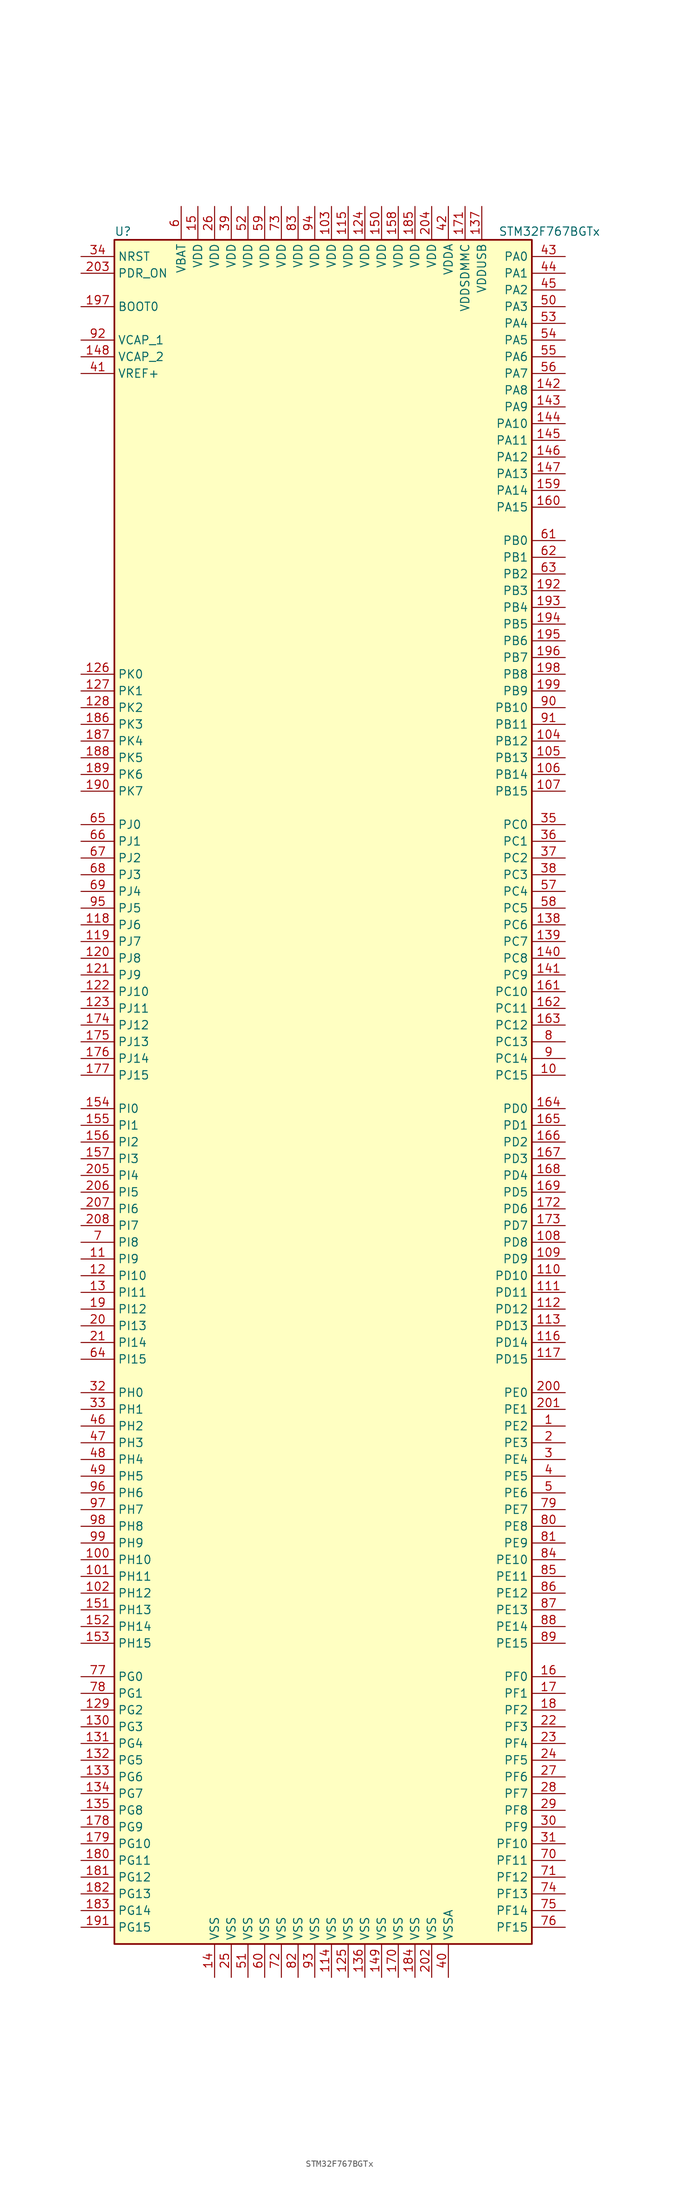
<source format=kicad_sym>
(kicad_symbol_lib
  (version 20201005)
  (generator kicad_symbol_editor)
  (symbol "STM32F767BGTx"
    (property "Reference" "U"
      (at -33.02 130.81 0)
      (effects (font (size 1.27 1.27)) (justify left)))
    (property "Value" "STM32F767BGTx"
      (at 25.4 130.81 0)
      (effects (font (size 1.27 1.27)) (justify left)))
    (symbol "STM32F767BGTx_0_1"
      (rectangle (start -33.02 -129.54) (end 30.48 129.54) (stroke (width 0.254)) (fill (type background))))
    (symbol "STM32F767BGTx_1_1"
      (pin input line (at -38.1 119.38 0) (length 5.08) (name "BOOT0" (effects (font (size 1.27 1.27)))) (number "197" (effects (font (size 1.27 1.27)))))
      (pin input line (at -38.1 127 0) (length 5.08) (name "NRST" (effects (font (size 1.27 1.27)))) (number "34" (effects (font (size 1.27 1.27)))))
      (pin bidirectional line (at 35.56 127 180) (length 5.08) (name "PA0" (effects (font (size 1.27 1.27)))) (number "43" (effects (font (size 1.27 1.27)))))
      (pin bidirectional line (at 35.56 124.46 180) (length 5.08) (name "PA1" (effects (font (size 1.27 1.27)))) (number "44" (effects (font (size 1.27 1.27)))))
      (pin bidirectional line (at 35.56 101.6 180) (length 5.08) (name "PA10" (effects (font (size 1.27 1.27)))) (number "144" (effects (font (size 1.27 1.27)))))
      (pin bidirectional line (at 35.56 99.06 180) (length 5.08) (name "PA11" (effects (font (size 1.27 1.27)))) (number "145" (effects (font (size 1.27 1.27)))))
      (pin bidirectional line (at 35.56 96.52 180) (length 5.08) (name "PA12" (effects (font (size 1.27 1.27)))) (number "146" (effects (font (size 1.27 1.27)))))
      (pin bidirectional line (at 35.56 93.98 180) (length 5.08) (name "PA13" (effects (font (size 1.27 1.27)))) (number "147" (effects (font (size 1.27 1.27)))))
      (pin bidirectional line (at 35.56 91.44 180) (length 5.08) (name "PA14" (effects (font (size 1.27 1.27)))) (number "159" (effects (font (size 1.27 1.27)))))
      (pin bidirectional line (at 35.56 88.9 180) (length 5.08) (name "PA15" (effects (font (size 1.27 1.27)))) (number "160" (effects (font (size 1.27 1.27)))))
      (pin bidirectional line (at 35.56 121.92 180) (length 5.08) (name "PA2" (effects (font (size 1.27 1.27)))) (number "45" (effects (font (size 1.27 1.27)))))
      (pin bidirectional line (at 35.56 119.38 180) (length 5.08) (name "PA3" (effects (font (size 1.27 1.27)))) (number "50" (effects (font (size 1.27 1.27)))))
      (pin bidirectional line (at 35.56 116.84 180) (length 5.08) (name "PA4" (effects (font (size 1.27 1.27)))) (number "53" (effects (font (size 1.27 1.27)))))
      (pin bidirectional line (at 35.56 114.3 180) (length 5.08) (name "PA5" (effects (font (size 1.27 1.27)))) (number "54" (effects (font (size 1.27 1.27)))))
      (pin bidirectional line (at 35.56 111.76 180) (length 5.08) (name "PA6" (effects (font (size 1.27 1.27)))) (number "55" (effects (font (size 1.27 1.27)))))
      (pin bidirectional line (at 35.56 109.22 180) (length 5.08) (name "PA7" (effects (font (size 1.27 1.27)))) (number "56" (effects (font (size 1.27 1.27)))))
      (pin bidirectional line (at 35.56 106.68 180) (length 5.08) (name "PA8" (effects (font (size 1.27 1.27)))) (number "142" (effects (font (size 1.27 1.27)))))
      (pin bidirectional line (at 35.56 104.14 180) (length 5.08) (name "PA9" (effects (font (size 1.27 1.27)))) (number "143" (effects (font (size 1.27 1.27)))))
      (pin bidirectional line (at 35.56 83.82 180) (length 5.08) (name "PB0" (effects (font (size 1.27 1.27)))) (number "61" (effects (font (size 1.27 1.27)))))
      (pin bidirectional line (at 35.56 81.28 180) (length 5.08) (name "PB1" (effects (font (size 1.27 1.27)))) (number "62" (effects (font (size 1.27 1.27)))))
      (pin bidirectional line (at 35.56 58.42 180) (length 5.08) (name "PB10" (effects (font (size 1.27 1.27)))) (number "90" (effects (font (size 1.27 1.27)))))
      (pin bidirectional line (at 35.56 55.88 180) (length 5.08) (name "PB11" (effects (font (size 1.27 1.27)))) (number "91" (effects (font (size 1.27 1.27)))))
      (pin bidirectional line (at 35.56 53.34 180) (length 5.08) (name "PB12" (effects (font (size 1.27 1.27)))) (number "104" (effects (font (size 1.27 1.27)))))
      (pin bidirectional line (at 35.56 50.8 180) (length 5.08) (name "PB13" (effects (font (size 1.27 1.27)))) (number "105" (effects (font (size 1.27 1.27)))))
      (pin bidirectional line (at 35.56 48.26 180) (length 5.08) (name "PB14" (effects (font (size 1.27 1.27)))) (number "106" (effects (font (size 1.27 1.27)))))
      (pin bidirectional line (at 35.56 45.72 180) (length 5.08) (name "PB15" (effects (font (size 1.27 1.27)))) (number "107" (effects (font (size 1.27 1.27)))))
      (pin bidirectional line (at 35.56 78.74 180) (length 5.08) (name "PB2" (effects (font (size 1.27 1.27)))) (number "63" (effects (font (size 1.27 1.27)))))
      (pin bidirectional line (at 35.56 76.2 180) (length 5.08) (name "PB3" (effects (font (size 1.27 1.27)))) (number "192" (effects (font (size 1.27 1.27)))))
      (pin bidirectional line (at 35.56 73.66 180) (length 5.08) (name "PB4" (effects (font (size 1.27 1.27)))) (number "193" (effects (font (size 1.27 1.27)))))
      (pin bidirectional line (at 35.56 71.12 180) (length 5.08) (name "PB5" (effects (font (size 1.27 1.27)))) (number "194" (effects (font (size 1.27 1.27)))))
      (pin bidirectional line (at 35.56 68.58 180) (length 5.08) (name "PB6" (effects (font (size 1.27 1.27)))) (number "195" (effects (font (size 1.27 1.27)))))
      (pin bidirectional line (at 35.56 66.04 180) (length 5.08) (name "PB7" (effects (font (size 1.27 1.27)))) (number "196" (effects (font (size 1.27 1.27)))))
      (pin bidirectional line (at 35.56 63.5 180) (length 5.08) (name "PB8" (effects (font (size 1.27 1.27)))) (number "198" (effects (font (size 1.27 1.27)))))
      (pin bidirectional line (at 35.56 60.96 180) (length 5.08) (name "PB9" (effects (font (size 1.27 1.27)))) (number "199" (effects (font (size 1.27 1.27)))))
      (pin bidirectional line (at 35.56 40.64 180) (length 5.08) (name "PC0" (effects (font (size 1.27 1.27)))) (number "35" (effects (font (size 1.27 1.27)))))
      (pin bidirectional line (at 35.56 38.1 180) (length 5.08) (name "PC1" (effects (font (size 1.27 1.27)))) (number "36" (effects (font (size 1.27 1.27)))))
      (pin bidirectional line (at 35.56 15.24 180) (length 5.08) (name "PC10" (effects (font (size 1.27 1.27)))) (number "161" (effects (font (size 1.27 1.27)))))
      (pin bidirectional line (at 35.56 12.7 180) (length 5.08) (name "PC11" (effects (font (size 1.27 1.27)))) (number "162" (effects (font (size 1.27 1.27)))))
      (pin bidirectional line (at 35.56 10.16 180) (length 5.08) (name "PC12" (effects (font (size 1.27 1.27)))) (number "163" (effects (font (size 1.27 1.27)))))
      (pin bidirectional line (at 35.56 7.62 180) (length 5.08) (name "PC13" (effects (font (size 1.27 1.27)))) (number "8" (effects (font (size 1.27 1.27)))))
      (pin bidirectional line (at 35.56 5.08 180) (length 5.08) (name "PC14" (effects (font (size 1.27 1.27)))) (number "9" (effects (font (size 1.27 1.27)))))
      (pin bidirectional line (at 35.56 2.54 180) (length 5.08) (name "PC15" (effects (font (size 1.27 1.27)))) (number "10" (effects (font (size 1.27 1.27)))))
      (pin bidirectional line (at 35.56 35.56 180) (length 5.08) (name "PC2" (effects (font (size 1.27 1.27)))) (number "37" (effects (font (size 1.27 1.27)))))
      (pin bidirectional line (at 35.56 33.02 180) (length 5.08) (name "PC3" (effects (font (size 1.27 1.27)))) (number "38" (effects (font (size 1.27 1.27)))))
      (pin bidirectional line (at 35.56 30.48 180) (length 5.08) (name "PC4" (effects (font (size 1.27 1.27)))) (number "57" (effects (font (size 1.27 1.27)))))
      (pin bidirectional line (at 35.56 27.94 180) (length 5.08) (name "PC5" (effects (font (size 1.27 1.27)))) (number "58" (effects (font (size 1.27 1.27)))))
      (pin bidirectional line (at 35.56 25.4 180) (length 5.08) (name "PC6" (effects (font (size 1.27 1.27)))) (number "138" (effects (font (size 1.27 1.27)))))
      (pin bidirectional line (at 35.56 22.86 180) (length 5.08) (name "PC7" (effects (font (size 1.27 1.27)))) (number "139" (effects (font (size 1.27 1.27)))))
      (pin bidirectional line (at 35.56 20.32 180) (length 5.08) (name "PC8" (effects (font (size 1.27 1.27)))) (number "140" (effects (font (size 1.27 1.27)))))
      (pin bidirectional line (at 35.56 17.78 180) (length 5.08) (name "PC9" (effects (font (size 1.27 1.27)))) (number "141" (effects (font (size 1.27 1.27)))))
      (pin bidirectional line (at 35.56 -2.54 180) (length 5.08) (name "PD0" (effects (font (size 1.27 1.27)))) (number "164" (effects (font (size 1.27 1.27)))))
      (pin bidirectional line (at 35.56 -5.08 180) (length 5.08) (name "PD1" (effects (font (size 1.27 1.27)))) (number "165" (effects (font (size 1.27 1.27)))))
      (pin bidirectional line (at 35.56 -27.94 180) (length 5.08) (name "PD10" (effects (font (size 1.27 1.27)))) (number "110" (effects (font (size 1.27 1.27)))))
      (pin bidirectional line (at 35.56 -30.48 180) (length 5.08) (name "PD11" (effects (font (size 1.27 1.27)))) (number "111" (effects (font (size 1.27 1.27)))))
      (pin bidirectional line (at 35.56 -33.02 180) (length 5.08) (name "PD12" (effects (font (size 1.27 1.27)))) (number "112" (effects (font (size 1.27 1.27)))))
      (pin bidirectional line (at 35.56 -35.56 180) (length 5.08) (name "PD13" (effects (font (size 1.27 1.27)))) (number "113" (effects (font (size 1.27 1.27)))))
      (pin bidirectional line (at 35.56 -38.1 180) (length 5.08) (name "PD14" (effects (font (size 1.27 1.27)))) (number "116" (effects (font (size 1.27 1.27)))))
      (pin bidirectional line (at 35.56 -40.64 180) (length 5.08) (name "PD15" (effects (font (size 1.27 1.27)))) (number "117" (effects (font (size 1.27 1.27)))))
      (pin bidirectional line (at 35.56 -7.62 180) (length 5.08) (name "PD2" (effects (font (size 1.27 1.27)))) (number "166" (effects (font (size 1.27 1.27)))))
      (pin bidirectional line (at 35.56 -10.16 180) (length 5.08) (name "PD3" (effects (font (size 1.27 1.27)))) (number "167" (effects (font (size 1.27 1.27)))))
      (pin bidirectional line (at 35.56 -12.7 180) (length 5.08) (name "PD4" (effects (font (size 1.27 1.27)))) (number "168" (effects (font (size 1.27 1.27)))))
      (pin bidirectional line (at 35.56 -15.24 180) (length 5.08) (name "PD5" (effects (font (size 1.27 1.27)))) (number "169" (effects (font (size 1.27 1.27)))))
      (pin bidirectional line (at 35.56 -17.78 180) (length 5.08) (name "PD6" (effects (font (size 1.27 1.27)))) (number "172" (effects (font (size 1.27 1.27)))))
      (pin bidirectional line (at 35.56 -20.32 180) (length 5.08) (name "PD7" (effects (font (size 1.27 1.27)))) (number "173" (effects (font (size 1.27 1.27)))))
      (pin bidirectional line (at 35.56 -22.86 180) (length 5.08) (name "PD8" (effects (font (size 1.27 1.27)))) (number "108" (effects (font (size 1.27 1.27)))))
      (pin bidirectional line (at 35.56 -25.4 180) (length 5.08) (name "PD9" (effects (font (size 1.27 1.27)))) (number "109" (effects (font (size 1.27 1.27)))))
      (pin input line (at -38.1 124.46 0) (length 5.08) (name "PDR_ON" (effects (font (size 1.27 1.27)))) (number "203" (effects (font (size 1.27 1.27)))))
      (pin bidirectional line (at 35.56 -45.72 180) (length 5.08) (name "PE0" (effects (font (size 1.27 1.27)))) (number "200" (effects (font (size 1.27 1.27)))))
      (pin bidirectional line (at 35.56 -48.26 180) (length 5.08) (name "PE1" (effects (font (size 1.27 1.27)))) (number "201" (effects (font (size 1.27 1.27)))))
      (pin bidirectional line (at 35.56 -71.12 180) (length 5.08) (name "PE10" (effects (font (size 1.27 1.27)))) (number "84" (effects (font (size 1.27 1.27)))))
      (pin bidirectional line (at 35.56 -73.66 180) (length 5.08) (name "PE11" (effects (font (size 1.27 1.27)))) (number "85" (effects (font (size 1.27 1.27)))))
      (pin bidirectional line (at 35.56 -76.2 180) (length 5.08) (name "PE12" (effects (font (size 1.27 1.27)))) (number "86" (effects (font (size 1.27 1.27)))))
      (pin bidirectional line (at 35.56 -78.74 180) (length 5.08) (name "PE13" (effects (font (size 1.27 1.27)))) (number "87" (effects (font (size 1.27 1.27)))))
      (pin bidirectional line (at 35.56 -81.28 180) (length 5.08) (name "PE14" (effects (font (size 1.27 1.27)))) (number "88" (effects (font (size 1.27 1.27)))))
      (pin bidirectional line (at 35.56 -83.82 180) (length 5.08) (name "PE15" (effects (font (size 1.27 1.27)))) (number "89" (effects (font (size 1.27 1.27)))))
      (pin bidirectional line (at 35.56 -50.8 180) (length 5.08) (name "PE2" (effects (font (size 1.27 1.27)))) (number "1" (effects (font (size 1.27 1.27)))))
      (pin bidirectional line (at 35.56 -53.34 180) (length 5.08) (name "PE3" (effects (font (size 1.27 1.27)))) (number "2" (effects (font (size 1.27 1.27)))))
      (pin bidirectional line (at 35.56 -55.88 180) (length 5.08) (name "PE4" (effects (font (size 1.27 1.27)))) (number "3" (effects (font (size 1.27 1.27)))))
      (pin bidirectional line (at 35.56 -58.42 180) (length 5.08) (name "PE5" (effects (font (size 1.27 1.27)))) (number "4" (effects (font (size 1.27 1.27)))))
      (pin bidirectional line (at 35.56 -60.96 180) (length 5.08) (name "PE6" (effects (font (size 1.27 1.27)))) (number "5" (effects (font (size 1.27 1.27)))))
      (pin bidirectional line (at 35.56 -63.5 180) (length 5.08) (name "PE7" (effects (font (size 1.27 1.27)))) (number "79" (effects (font (size 1.27 1.27)))))
      (pin bidirectional line (at 35.56 -66.04 180) (length 5.08) (name "PE8" (effects (font (size 1.27 1.27)))) (number "80" (effects (font (size 1.27 1.27)))))
      (pin bidirectional line (at 35.56 -68.58 180) (length 5.08) (name "PE9" (effects (font (size 1.27 1.27)))) (number "81" (effects (font (size 1.27 1.27)))))
      (pin bidirectional line (at 35.56 -88.9 180) (length 5.08) (name "PF0" (effects (font (size 1.27 1.27)))) (number "16" (effects (font (size 1.27 1.27)))))
      (pin bidirectional line (at 35.56 -91.44 180) (length 5.08) (name "PF1" (effects (font (size 1.27 1.27)))) (number "17" (effects (font (size 1.27 1.27)))))
      (pin bidirectional line (at 35.56 -114.3 180) (length 5.08) (name "PF10" (effects (font (size 1.27 1.27)))) (number "31" (effects (font (size 1.27 1.27)))))
      (pin bidirectional line (at 35.56 -116.84 180) (length 5.08) (name "PF11" (effects (font (size 1.27 1.27)))) (number "70" (effects (font (size 1.27 1.27)))))
      (pin bidirectional line (at 35.56 -119.38 180) (length 5.08) (name "PF12" (effects (font (size 1.27 1.27)))) (number "71" (effects (font (size 1.27 1.27)))))
      (pin bidirectional line (at 35.56 -121.92 180) (length 5.08) (name "PF13" (effects (font (size 1.27 1.27)))) (number "74" (effects (font (size 1.27 1.27)))))
      (pin bidirectional line (at 35.56 -124.46 180) (length 5.08) (name "PF14" (effects (font (size 1.27 1.27)))) (number "75" (effects (font (size 1.27 1.27)))))
      (pin bidirectional line (at 35.56 -127 180) (length 5.08) (name "PF15" (effects (font (size 1.27 1.27)))) (number "76" (effects (font (size 1.27 1.27)))))
      (pin bidirectional line (at 35.56 -93.98 180) (length 5.08) (name "PF2" (effects (font (size 1.27 1.27)))) (number "18" (effects (font (size 1.27 1.27)))))
      (pin bidirectional line (at 35.56 -96.52 180) (length 5.08) (name "PF3" (effects (font (size 1.27 1.27)))) (number "22" (effects (font (size 1.27 1.27)))))
      (pin bidirectional line (at 35.56 -99.06 180) (length 5.08) (name "PF4" (effects (font (size 1.27 1.27)))) (number "23" (effects (font (size 1.27 1.27)))))
      (pin bidirectional line (at 35.56 -101.6 180) (length 5.08) (name "PF5" (effects (font (size 1.27 1.27)))) (number "24" (effects (font (size 1.27 1.27)))))
      (pin bidirectional line (at 35.56 -104.14 180) (length 5.08) (name "PF6" (effects (font (size 1.27 1.27)))) (number "27" (effects (font (size 1.27 1.27)))))
      (pin bidirectional line (at 35.56 -106.68 180) (length 5.08) (name "PF7" (effects (font (size 1.27 1.27)))) (number "28" (effects (font (size 1.27 1.27)))))
      (pin bidirectional line (at 35.56 -109.22 180) (length 5.08) (name "PF8" (effects (font (size 1.27 1.27)))) (number "29" (effects (font (size 1.27 1.27)))))
      (pin bidirectional line (at 35.56 -111.76 180) (length 5.08) (name "PF9" (effects (font (size 1.27 1.27)))) (number "30" (effects (font (size 1.27 1.27)))))
      (pin bidirectional line (at -38.1 -88.9 0) (length 5.08) (name "PG0" (effects (font (size 1.27 1.27)))) (number "77" (effects (font (size 1.27 1.27)))))
      (pin bidirectional line (at -38.1 -91.44 0) (length 5.08) (name "PG1" (effects (font (size 1.27 1.27)))) (number "78" (effects (font (size 1.27 1.27)))))
      (pin bidirectional line (at -38.1 -114.3 0) (length 5.08) (name "PG10" (effects (font (size 1.27 1.27)))) (number "179" (effects (font (size 1.27 1.27)))))
      (pin bidirectional line (at -38.1 -116.84 0) (length 5.08) (name "PG11" (effects (font (size 1.27 1.27)))) (number "180" (effects (font (size 1.27 1.27)))))
      (pin bidirectional line (at -38.1 -119.38 0) (length 5.08) (name "PG12" (effects (font (size 1.27 1.27)))) (number "181" (effects (font (size 1.27 1.27)))))
      (pin bidirectional line (at -38.1 -121.92 0) (length 5.08) (name "PG13" (effects (font (size 1.27 1.27)))) (number "182" (effects (font (size 1.27 1.27)))))
      (pin bidirectional line (at -38.1 -124.46 0) (length 5.08) (name "PG14" (effects (font (size 1.27 1.27)))) (number "183" (effects (font (size 1.27 1.27)))))
      (pin bidirectional line (at -38.1 -127 0) (length 5.08) (name "PG15" (effects (font (size 1.27 1.27)))) (number "191" (effects (font (size 1.27 1.27)))))
      (pin bidirectional line (at -38.1 -93.98 0) (length 5.08) (name "PG2" (effects (font (size 1.27 1.27)))) (number "129" (effects (font (size 1.27 1.27)))))
      (pin bidirectional line (at -38.1 -96.52 0) (length 5.08) (name "PG3" (effects (font (size 1.27 1.27)))) (number "130" (effects (font (size 1.27 1.27)))))
      (pin bidirectional line (at -38.1 -99.06 0) (length 5.08) (name "PG4" (effects (font (size 1.27 1.27)))) (number "131" (effects (font (size 1.27 1.27)))))
      (pin bidirectional line (at -38.1 -101.6 0) (length 5.08) (name "PG5" (effects (font (size 1.27 1.27)))) (number "132" (effects (font (size 1.27 1.27)))))
      (pin bidirectional line (at -38.1 -104.14 0) (length 5.08) (name "PG6" (effects (font (size 1.27 1.27)))) (number "133" (effects (font (size 1.27 1.27)))))
      (pin bidirectional line (at -38.1 -106.68 0) (length 5.08) (name "PG7" (effects (font (size 1.27 1.27)))) (number "134" (effects (font (size 1.27 1.27)))))
      (pin bidirectional line (at -38.1 -109.22 0) (length 5.08) (name "PG8" (effects (font (size 1.27 1.27)))) (number "135" (effects (font (size 1.27 1.27)))))
      (pin bidirectional line (at -38.1 -111.76 0) (length 5.08) (name "PG9" (effects (font (size 1.27 1.27)))) (number "178" (effects (font (size 1.27 1.27)))))
      (pin input line (at -38.1 -45.72 0) (length 5.08) (name "PH0" (effects (font (size 1.27 1.27)))) (number "32" (effects (font (size 1.27 1.27)))))
      (pin input line (at -38.1 -48.26 0) (length 5.08) (name "PH1" (effects (font (size 1.27 1.27)))) (number "33" (effects (font (size 1.27 1.27)))))
      (pin bidirectional line (at -38.1 -71.12 0) (length 5.08) (name "PH10" (effects (font (size 1.27 1.27)))) (number "100" (effects (font (size 1.27 1.27)))))
      (pin bidirectional line (at -38.1 -73.66 0) (length 5.08) (name "PH11" (effects (font (size 1.27 1.27)))) (number "101" (effects (font (size 1.27 1.27)))))
      (pin bidirectional line (at -38.1 -76.2 0) (length 5.08) (name "PH12" (effects (font (size 1.27 1.27)))) (number "102" (effects (font (size 1.27 1.27)))))
      (pin bidirectional line (at -38.1 -78.74 0) (length 5.08) (name "PH13" (effects (font (size 1.27 1.27)))) (number "151" (effects (font (size 1.27 1.27)))))
      (pin bidirectional line (at -38.1 -81.28 0) (length 5.08) (name "PH14" (effects (font (size 1.27 1.27)))) (number "152" (effects (font (size 1.27 1.27)))))
      (pin bidirectional line (at -38.1 -83.82 0) (length 5.08) (name "PH15" (effects (font (size 1.27 1.27)))) (number "153" (effects (font (size 1.27 1.27)))))
      (pin bidirectional line (at -38.1 -50.8 0) (length 5.08) (name "PH2" (effects (font (size 1.27 1.27)))) (number "46" (effects (font (size 1.27 1.27)))))
      (pin bidirectional line (at -38.1 -53.34 0) (length 5.08) (name "PH3" (effects (font (size 1.27 1.27)))) (number "47" (effects (font (size 1.27 1.27)))))
      (pin bidirectional line (at -38.1 -55.88 0) (length 5.08) (name "PH4" (effects (font (size 1.27 1.27)))) (number "48" (effects (font (size 1.27 1.27)))))
      (pin bidirectional line (at -38.1 -58.42 0) (length 5.08) (name "PH5" (effects (font (size 1.27 1.27)))) (number "49" (effects (font (size 1.27 1.27)))))
      (pin bidirectional line (at -38.1 -60.96 0) (length 5.08) (name "PH6" (effects (font (size 1.27 1.27)))) (number "96" (effects (font (size 1.27 1.27)))))
      (pin bidirectional line (at -38.1 -63.5 0) (length 5.08) (name "PH7" (effects (font (size 1.27 1.27)))) (number "97" (effects (font (size 1.27 1.27)))))
      (pin bidirectional line (at -38.1 -66.04 0) (length 5.08) (name "PH8" (effects (font (size 1.27 1.27)))) (number "98" (effects (font (size 1.27 1.27)))))
      (pin bidirectional line (at -38.1 -68.58 0) (length 5.08) (name "PH9" (effects (font (size 1.27 1.27)))) (number "99" (effects (font (size 1.27 1.27)))))
      (pin bidirectional line (at -38.1 -2.54 0) (length 5.08) (name "PI0" (effects (font (size 1.27 1.27)))) (number "154" (effects (font (size 1.27 1.27)))))
      (pin bidirectional line (at -38.1 -5.08 0) (length 5.08) (name "PI1" (effects (font (size 1.27 1.27)))) (number "155" (effects (font (size 1.27 1.27)))))
      (pin bidirectional line (at -38.1 -27.94 0) (length 5.08) (name "PI10" (effects (font (size 1.27 1.27)))) (number "12" (effects (font (size 1.27 1.27)))))
      (pin bidirectional line (at -38.1 -30.48 0) (length 5.08) (name "PI11" (effects (font (size 1.27 1.27)))) (number "13" (effects (font (size 1.27 1.27)))))
      (pin bidirectional line (at -38.1 -33.02 0) (length 5.08) (name "PI12" (effects (font (size 1.27 1.27)))) (number "19" (effects (font (size 1.27 1.27)))))
      (pin bidirectional line (at -38.1 -35.56 0) (length 5.08) (name "PI13" (effects (font (size 1.27 1.27)))) (number "20" (effects (font (size 1.27 1.27)))))
      (pin bidirectional line (at -38.1 -38.1 0) (length 5.08) (name "PI14" (effects (font (size 1.27 1.27)))) (number "21" (effects (font (size 1.27 1.27)))))
      (pin bidirectional line (at -38.1 -40.64 0) (length 5.08) (name "PI15" (effects (font (size 1.27 1.27)))) (number "64" (effects (font (size 1.27 1.27)))))
      (pin bidirectional line (at -38.1 -7.62 0) (length 5.08) (name "PI2" (effects (font (size 1.27 1.27)))) (number "156" (effects (font (size 1.27 1.27)))))
      (pin bidirectional line (at -38.1 -10.16 0) (length 5.08) (name "PI3" (effects (font (size 1.27 1.27)))) (number "157" (effects (font (size 1.27 1.27)))))
      (pin bidirectional line (at -38.1 -12.7 0) (length 5.08) (name "PI4" (effects (font (size 1.27 1.27)))) (number "205" (effects (font (size 1.27 1.27)))))
      (pin bidirectional line (at -38.1 -15.24 0) (length 5.08) (name "PI5" (effects (font (size 1.27 1.27)))) (number "206" (effects (font (size 1.27 1.27)))))
      (pin bidirectional line (at -38.1 -17.78 0) (length 5.08) (name "PI6" (effects (font (size 1.27 1.27)))) (number "207" (effects (font (size 1.27 1.27)))))
      (pin bidirectional line (at -38.1 -20.32 0) (length 5.08) (name "PI7" (effects (font (size 1.27 1.27)))) (number "208" (effects (font (size 1.27 1.27)))))
      (pin bidirectional line (at -38.1 -22.86 0) (length 5.08) (name "PI8" (effects (font (size 1.27 1.27)))) (number "7" (effects (font (size 1.27 1.27)))))
      (pin bidirectional line (at -38.1 -25.4 0) (length 5.08) (name "PI9" (effects (font (size 1.27 1.27)))) (number "11" (effects (font (size 1.27 1.27)))))
      (pin bidirectional line (at -38.1 40.64 0) (length 5.08) (name "PJ0" (effects (font (size 1.27 1.27)))) (number "65" (effects (font (size 1.27 1.27)))))
      (pin bidirectional line (at -38.1 38.1 0) (length 5.08) (name "PJ1" (effects (font (size 1.27 1.27)))) (number "66" (effects (font (size 1.27 1.27)))))
      (pin bidirectional line (at -38.1 15.24 0) (length 5.08) (name "PJ10" (effects (font (size 1.27 1.27)))) (number "122" (effects (font (size 1.27 1.27)))))
      (pin bidirectional line (at -38.1 12.7 0) (length 5.08) (name "PJ11" (effects (font (size 1.27 1.27)))) (number "123" (effects (font (size 1.27 1.27)))))
      (pin bidirectional line (at -38.1 10.16 0) (length 5.08) (name "PJ12" (effects (font (size 1.27 1.27)))) (number "174" (effects (font (size 1.27 1.27)))))
      (pin bidirectional line (at -38.1 7.62 0) (length 5.08) (name "PJ13" (effects (font (size 1.27 1.27)))) (number "175" (effects (font (size 1.27 1.27)))))
      (pin bidirectional line (at -38.1 5.08 0) (length 5.08) (name "PJ14" (effects (font (size 1.27 1.27)))) (number "176" (effects (font (size 1.27 1.27)))))
      (pin bidirectional line (at -38.1 2.54 0) (length 5.08) (name "PJ15" (effects (font (size 1.27 1.27)))) (number "177" (effects (font (size 1.27 1.27)))))
      (pin bidirectional line (at -38.1 35.56 0) (length 5.08) (name "PJ2" (effects (font (size 1.27 1.27)))) (number "67" (effects (font (size 1.27 1.27)))))
      (pin bidirectional line (at -38.1 33.02 0) (length 5.08) (name "PJ3" (effects (font (size 1.27 1.27)))) (number "68" (effects (font (size 1.27 1.27)))))
      (pin bidirectional line (at -38.1 30.48 0) (length 5.08) (name "PJ4" (effects (font (size 1.27 1.27)))) (number "69" (effects (font (size 1.27 1.27)))))
      (pin bidirectional line (at -38.1 27.94 0) (length 5.08) (name "PJ5" (effects (font (size 1.27 1.27)))) (number "95" (effects (font (size 1.27 1.27)))))
      (pin bidirectional line (at -38.1 25.4 0) (length 5.08) (name "PJ6" (effects (font (size 1.27 1.27)))) (number "118" (effects (font (size 1.27 1.27)))))
      (pin bidirectional line (at -38.1 22.86 0) (length 5.08) (name "PJ7" (effects (font (size 1.27 1.27)))) (number "119" (effects (font (size 1.27 1.27)))))
      (pin bidirectional line (at -38.1 20.32 0) (length 5.08) (name "PJ8" (effects (font (size 1.27 1.27)))) (number "120" (effects (font (size 1.27 1.27)))))
      (pin bidirectional line (at -38.1 17.78 0) (length 5.08) (name "PJ9" (effects (font (size 1.27 1.27)))) (number "121" (effects (font (size 1.27 1.27)))))
      (pin bidirectional line (at -38.1 63.5 0) (length 5.08) (name "PK0" (effects (font (size 1.27 1.27)))) (number "126" (effects (font (size 1.27 1.27)))))
      (pin bidirectional line (at -38.1 60.96 0) (length 5.08) (name "PK1" (effects (font (size 1.27 1.27)))) (number "127" (effects (font (size 1.27 1.27)))))
      (pin bidirectional line (at -38.1 58.42 0) (length 5.08) (name "PK2" (effects (font (size 1.27 1.27)))) (number "128" (effects (font (size 1.27 1.27)))))
      (pin bidirectional line (at -38.1 55.88 0) (length 5.08) (name "PK3" (effects (font (size 1.27 1.27)))) (number "186" (effects (font (size 1.27 1.27)))))
      (pin bidirectional line (at -38.1 53.34 0) (length 5.08) (name "PK4" (effects (font (size 1.27 1.27)))) (number "187" (effects (font (size 1.27 1.27)))))
      (pin bidirectional line (at -38.1 50.8 0) (length 5.08) (name "PK5" (effects (font (size 1.27 1.27)))) (number "188" (effects (font (size 1.27 1.27)))))
      (pin bidirectional line (at -38.1 48.26 0) (length 5.08) (name "PK6" (effects (font (size 1.27 1.27)))) (number "189" (effects (font (size 1.27 1.27)))))
      (pin bidirectional line (at -38.1 45.72 0) (length 5.08) (name "PK7" (effects (font (size 1.27 1.27)))) (number "190" (effects (font (size 1.27 1.27)))))
      (pin power_in line (at -22.86 134.62 270) (length 5.08) (name "VBAT" (effects (font (size 1.27 1.27)))) (number "6" (effects (font (size 1.27 1.27)))))
      (pin power_in line (at -38.1 114.3 0) (length 5.08) (name "VCAP_1" (effects (font (size 1.27 1.27)))) (number "92" (effects (font (size 1.27 1.27)))))
      (pin power_in line (at -38.1 111.76 0) (length 5.08) (name "VCAP_2" (effects (font (size 1.27 1.27)))) (number "148" (effects (font (size 1.27 1.27)))))
      (pin power_in line (at 0 134.62 270) (length 5.08) (name "VDD" (effects (font (size 1.27 1.27)))) (number "103" (effects (font (size 1.27 1.27)))))
      (pin power_in line (at 2.54 134.62 270) (length 5.08) (name "VDD" (effects (font (size 1.27 1.27)))) (number "115" (effects (font (size 1.27 1.27)))))
      (pin power_in line (at 5.08 134.62 270) (length 5.08) (name "VDD" (effects (font (size 1.27 1.27)))) (number "124" (effects (font (size 1.27 1.27)))))
      (pin power_in line (at -20.32 134.62 270) (length 5.08) (name "VDD" (effects (font (size 1.27 1.27)))) (number "15" (effects (font (size 1.27 1.27)))))
      (pin power_in line (at 7.62 134.62 270) (length 5.08) (name "VDD" (effects (font (size 1.27 1.27)))) (number "150" (effects (font (size 1.27 1.27)))))
      (pin power_in line (at 10.16 134.62 270) (length 5.08) (name "VDD" (effects (font (size 1.27 1.27)))) (number "158" (effects (font (size 1.27 1.27)))))
      (pin power_in line (at 12.7 134.62 270) (length 5.08) (name "VDD" (effects (font (size 1.27 1.27)))) (number "185" (effects (font (size 1.27 1.27)))))
      (pin power_in line (at 15.24 134.62 270) (length 5.08) (name "VDD" (effects (font (size 1.27 1.27)))) (number "204" (effects (font (size 1.27 1.27)))))
      (pin power_in line (at -17.78 134.62 270) (length 5.08) (name "VDD" (effects (font (size 1.27 1.27)))) (number "26" (effects (font (size 1.27 1.27)))))
      (pin power_in line (at -15.24 134.62 270) (length 5.08) (name "VDD" (effects (font (size 1.27 1.27)))) (number "39" (effects (font (size 1.27 1.27)))))
      (pin power_in line (at -12.7 134.62 270) (length 5.08) (name "VDD" (effects (font (size 1.27 1.27)))) (number "52" (effects (font (size 1.27 1.27)))))
      (pin power_in line (at -10.16 134.62 270) (length 5.08) (name "VDD" (effects (font (size 1.27 1.27)))) (number "59" (effects (font (size 1.27 1.27)))))
      (pin power_in line (at -7.62 134.62 270) (length 5.08) (name "VDD" (effects (font (size 1.27 1.27)))) (number "73" (effects (font (size 1.27 1.27)))))
      (pin power_in line (at -5.08 134.62 270) (length 5.08) (name "VDD" (effects (font (size 1.27 1.27)))) (number "83" (effects (font (size 1.27 1.27)))))
      (pin power_in line (at -2.54 134.62 270) (length 5.08) (name "VDD" (effects (font (size 1.27 1.27)))) (number "94" (effects (font (size 1.27 1.27)))))
      (pin power_in line (at 17.78 134.62 270) (length 5.08) (name "VDDA" (effects (font (size 1.27 1.27)))) (number "42" (effects (font (size 1.27 1.27)))))
      (pin power_in line (at 20.32 134.62 270) (length 5.08) (name "VDDSDMMC" (effects (font (size 1.27 1.27)))) (number "171" (effects (font (size 1.27 1.27)))))
      (pin power_in line (at 22.86 134.62 270) (length 5.08) (name "VDDUSB" (effects (font (size 1.27 1.27)))) (number "137" (effects (font (size 1.27 1.27)))))
      (pin power_in line (at -38.1 109.22 0) (length 5.08) (name "VREF+" (effects (font (size 1.27 1.27)))) (number "41" (effects (font (size 1.27 1.27)))))
      (pin power_in line (at 0 -134.62 90) (length 5.08) (name "VSS" (effects (font (size 1.27 1.27)))) (number "114" (effects (font (size 1.27 1.27)))))
      (pin power_in line (at 2.54 -134.62 90) (length 5.08) (name "VSS" (effects (font (size 1.27 1.27)))) (number "125" (effects (font (size 1.27 1.27)))))
      (pin power_in line (at 5.08 -134.62 90) (length 5.08) (name "VSS" (effects (font (size 1.27 1.27)))) (number "136" (effects (font (size 1.27 1.27)))))
      (pin power_in line (at -17.78 -134.62 90) (length 5.08) (name "VSS" (effects (font (size 1.27 1.27)))) (number "14" (effects (font (size 1.27 1.27)))))
      (pin power_in line (at 7.62 -134.62 90) (length 5.08) (name "VSS" (effects (font (size 1.27 1.27)))) (number "149" (effects (font (size 1.27 1.27)))))
      (pin power_in line (at 10.16 -134.62 90) (length 5.08) (name "VSS" (effects (font (size 1.27 1.27)))) (number "170" (effects (font (size 1.27 1.27)))))
      (pin power_in line (at 12.7 -134.62 90) (length 5.08) (name "VSS" (effects (font (size 1.27 1.27)))) (number "184" (effects (font (size 1.27 1.27)))))
      (pin power_in line (at 15.24 -134.62 90) (length 5.08) (name "VSS" (effects (font (size 1.27 1.27)))) (number "202" (effects (font (size 1.27 1.27)))))
      (pin power_in line (at -15.24 -134.62 90) (length 5.08) (name "VSS" (effects (font (size 1.27 1.27)))) (number "25" (effects (font (size 1.27 1.27)))))
      (pin power_in line (at -12.7 -134.62 90) (length 5.08) (name "VSS" (effects (font (size 1.27 1.27)))) (number "51" (effects (font (size 1.27 1.27)))))
      (pin power_in line (at -10.16 -134.62 90) (length 5.08) (name "VSS" (effects (font (size 1.27 1.27)))) (number "60" (effects (font (size 1.27 1.27)))))
      (pin power_in line (at -7.62 -134.62 90) (length 5.08) (name "VSS" (effects (font (size 1.27 1.27)))) (number "72" (effects (font (size 1.27 1.27)))))
      (pin power_in line (at -5.08 -134.62 90) (length 5.08) (name "VSS" (effects (font (size 1.27 1.27)))) (number "82" (effects (font (size 1.27 1.27)))))
      (pin power_in line (at -2.54 -134.62 90) (length 5.08) (name "VSS" (effects (font (size 1.27 1.27)))) (number "93" (effects (font (size 1.27 1.27)))))
      (pin power_in line (at 17.78 -134.62 90) (length 5.08) (name "VSSA" (effects (font (size 1.27 1.27)))) (number "40" (effects (font (size 1.27 1.27))))))))
</source>
